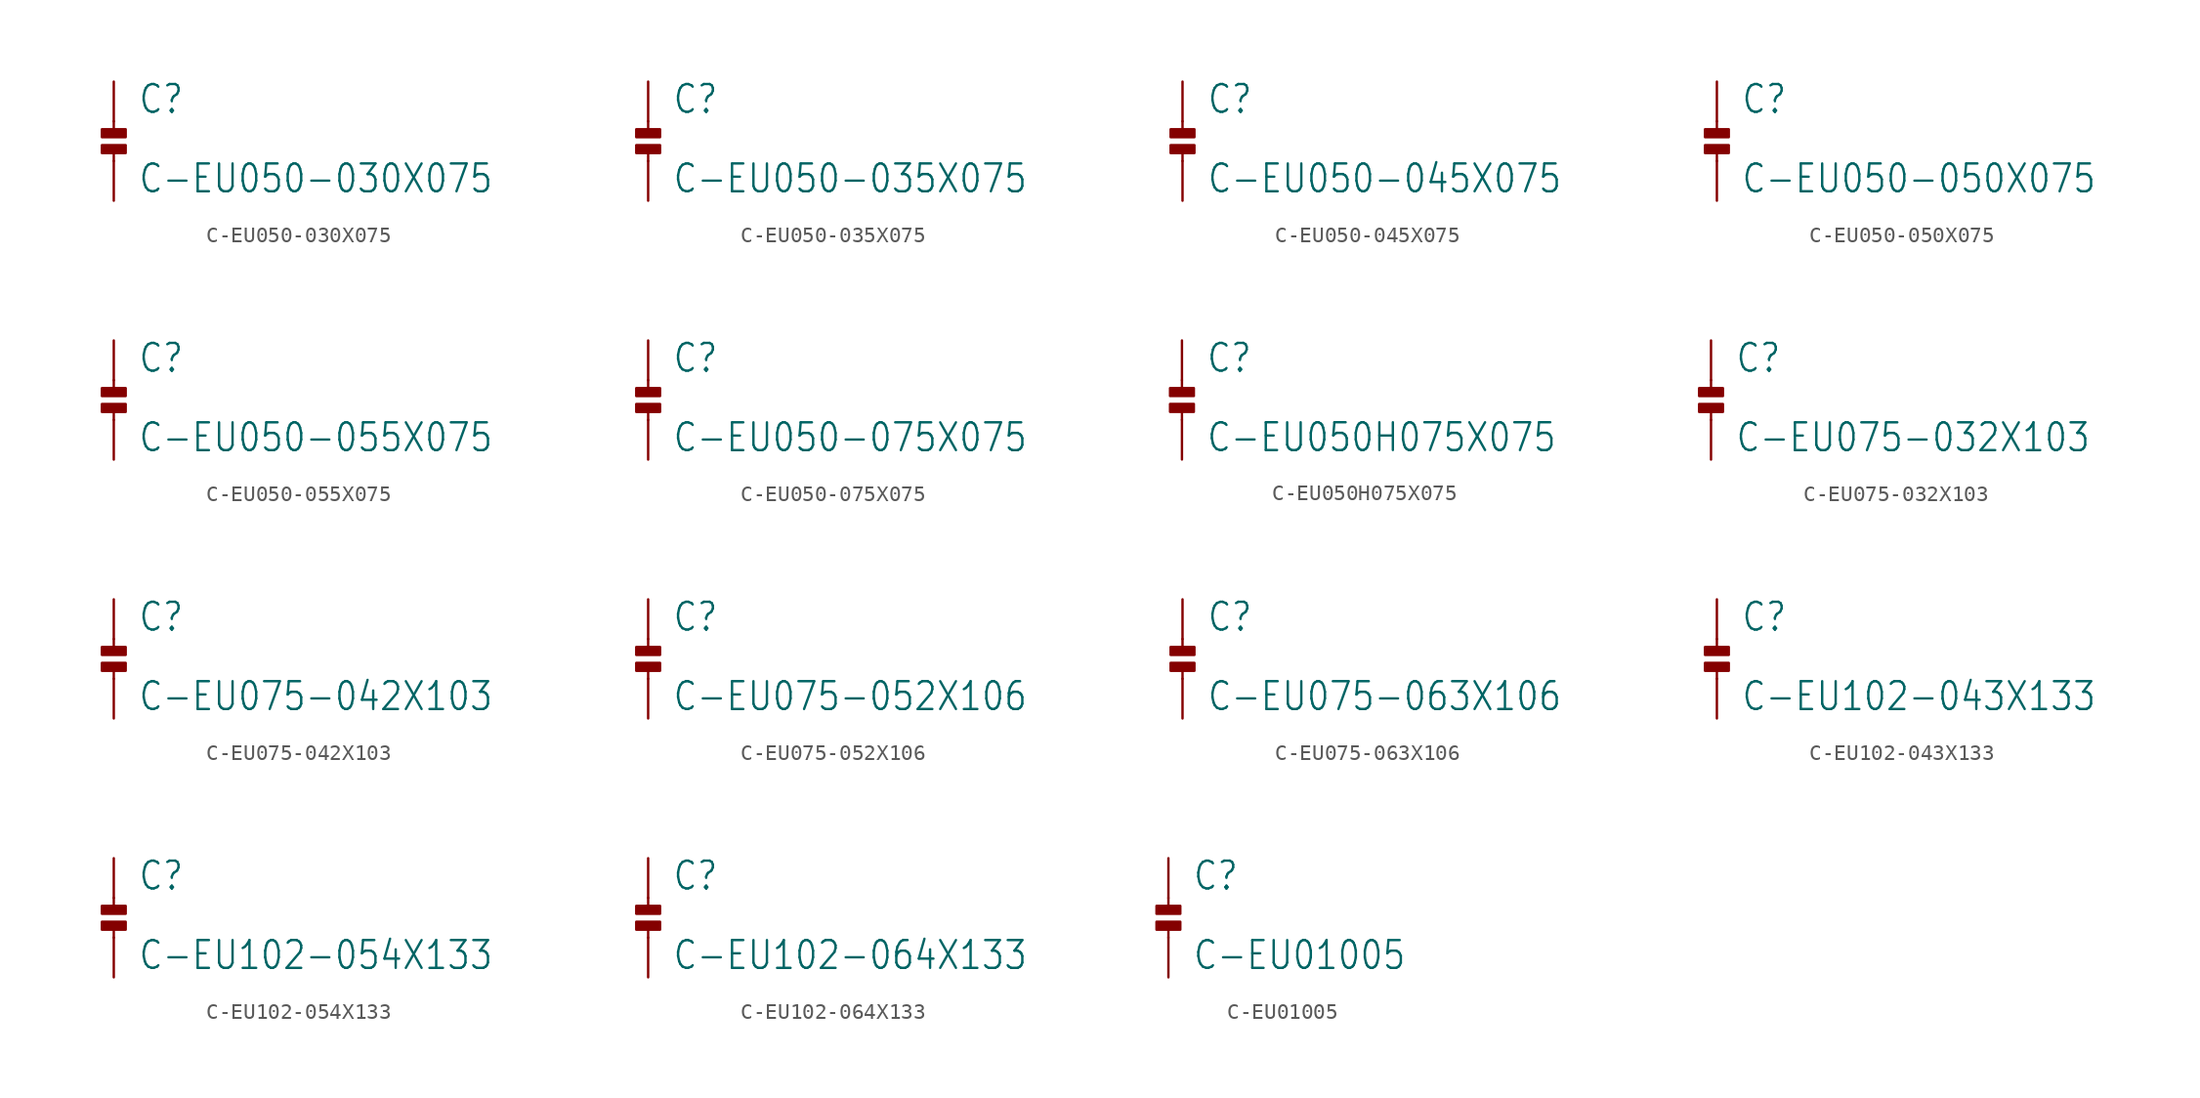
<source format=kicad_sym>
(kicad_symbol_lib
  (version 20211014)
  (generator kicad_symbol_editor)
  (symbol "C-EU050-030X075"
    (property "Reference" "C"
      (at 1.524 0.381 0)
      (effects (font (size 1.778 1.511)) (justify left bottom)))
    (property "Value" "C-EU050-030X075"
      (at 1.524 -4.699 0)
      (effects (font (size 1.778 1.511)) (justify left bottom)))
    (property "ki_locked" ""
      (at 0 0 0)
      (effects (font (size 1.27 1.27))))
    (symbol "C-EU050-030X075_1_0"
      (rectangle (start -0.762 -2.032) (end 0.762 -1.524) (stroke (width 0) (type default) (color 0 0 0 0)) (fill (type outline)))
      (rectangle (start -0.762 -1.016) (end 0.762 -0.508) (stroke (width 0) (type default) (color 0 0 0 0)) (fill (type outline)))
      (polyline (pts (xy 0 -2.54) (xy 0 -2.032)) (stroke (width 0.152) (type default) (color 0 0 0 0)) (fill (type none)))
      (polyline (pts (xy 0 0) (xy 0 -0.508)) (stroke (width 0.152) (type default) (color 0 0 0 0)) (fill (type none)))
      (pin passive line (at 0 2.54 270) (length 2.54) (name "1" (effects (font (size 0 0)))) (number "1" (effects (font (size 0 0)))))
      (pin passive line (at 0 -5.08 90) (length 2.54) (name "2" (effects (font (size 0 0)))) (number "2" (effects (font (size 0 0)))))))
  (symbol "C-EU050-035X075"
    (property "Reference" "C"
      (at 1.524 0.381 0)
      (effects (font (size 1.778 1.511)) (justify left bottom)))
    (property "Value" "C-EU050-035X075"
      (at 1.524 -4.699 0)
      (effects (font (size 1.778 1.511)) (justify left bottom)))
    (property "ki_locked" ""
      (at 0 0 0)
      (effects (font (size 1.27 1.27))))
    (symbol "C-EU050-035X075_1_0"
      (rectangle (start -0.762 -2.032) (end 0.762 -1.524) (stroke (width 0) (type default) (color 0 0 0 0)) (fill (type outline)))
      (rectangle (start -0.762 -1.016) (end 0.762 -0.508) (stroke (width 0) (type default) (color 0 0 0 0)) (fill (type outline)))
      (polyline (pts (xy 0 -2.54) (xy 0 -2.032)) (stroke (width 0.152) (type default) (color 0 0 0 0)) (fill (type none)))
      (polyline (pts (xy 0 0) (xy 0 -0.508)) (stroke (width 0.152) (type default) (color 0 0 0 0)) (fill (type none)))
      (pin passive line (at 0 2.54 270) (length 2.54) (name "1" (effects (font (size 0 0)))) (number "1" (effects (font (size 0 0)))))
      (pin passive line (at 0 -5.08 90) (length 2.54) (name "2" (effects (font (size 0 0)))) (number "2" (effects (font (size 0 0)))))))
  (symbol "C-EU050-045X075"
    (property "Reference" "C"
      (at 1.524 0.381 0)
      (effects (font (size 1.778 1.511)) (justify left bottom)))
    (property "Value" "C-EU050-045X075"
      (at 1.524 -4.699 0)
      (effects (font (size 1.778 1.511)) (justify left bottom)))
    (property "ki_locked" ""
      (at 0 0 0)
      (effects (font (size 1.27 1.27))))
    (symbol "C-EU050-045X075_1_0"
      (rectangle (start -0.762 -2.032) (end 0.762 -1.524) (stroke (width 0) (type default) (color 0 0 0 0)) (fill (type outline)))
      (rectangle (start -0.762 -1.016) (end 0.762 -0.508) (stroke (width 0) (type default) (color 0 0 0 0)) (fill (type outline)))
      (polyline (pts (xy 0 -2.54) (xy 0 -2.032)) (stroke (width 0.152) (type default) (color 0 0 0 0)) (fill (type none)))
      (polyline (pts (xy 0 0) (xy 0 -0.508)) (stroke (width 0.152) (type default) (color 0 0 0 0)) (fill (type none)))
      (pin passive line (at 0 2.54 270) (length 2.54) (name "1" (effects (font (size 0 0)))) (number "1" (effects (font (size 0 0)))))
      (pin passive line (at 0 -5.08 90) (length 2.54) (name "2" (effects (font (size 0 0)))) (number "2" (effects (font (size 0 0)))))))
  (symbol "C-EU050-050X075"
    (property "Reference" "C"
      (at 1.524 0.381 0)
      (effects (font (size 1.778 1.511)) (justify left bottom)))
    (property "Value" "C-EU050-050X075"
      (at 1.524 -4.699 0)
      (effects (font (size 1.778 1.511)) (justify left bottom)))
    (property "ki_locked" ""
      (at 0 0 0)
      (effects (font (size 1.27 1.27))))
    (symbol "C-EU050-050X075_1_0"
      (rectangle (start -0.762 -2.032) (end 0.762 -1.524) (stroke (width 0) (type default) (color 0 0 0 0)) (fill (type outline)))
      (rectangle (start -0.762 -1.016) (end 0.762 -0.508) (stroke (width 0) (type default) (color 0 0 0 0)) (fill (type outline)))
      (polyline (pts (xy 0 -2.54) (xy 0 -2.032)) (stroke (width 0.152) (type default) (color 0 0 0 0)) (fill (type none)))
      (polyline (pts (xy 0 0) (xy 0 -0.508)) (stroke (width 0.152) (type default) (color 0 0 0 0)) (fill (type none)))
      (pin passive line (at 0 2.54 270) (length 2.54) (name "1" (effects (font (size 0 0)))) (number "1" (effects (font (size 0 0)))))
      (pin passive line (at 0 -5.08 90) (length 2.54) (name "2" (effects (font (size 0 0)))) (number "2" (effects (font (size 0 0)))))))
  (symbol "C-EU050-055X075"
    (property "Reference" "C"
      (at 1.524 0.381 0)
      (effects (font (size 1.778 1.511)) (justify left bottom)))
    (property "Value" "C-EU050-055X075"
      (at 1.524 -4.699 0)
      (effects (font (size 1.778 1.511)) (justify left bottom)))
    (property "ki_locked" ""
      (at 0 0 0)
      (effects (font (size 1.27 1.27))))
    (symbol "C-EU050-055X075_1_0"
      (rectangle (start -0.762 -2.032) (end 0.762 -1.524) (stroke (width 0) (type default) (color 0 0 0 0)) (fill (type outline)))
      (rectangle (start -0.762 -1.016) (end 0.762 -0.508) (stroke (width 0) (type default) (color 0 0 0 0)) (fill (type outline)))
      (polyline (pts (xy 0 -2.54) (xy 0 -2.032)) (stroke (width 0.152) (type default) (color 0 0 0 0)) (fill (type none)))
      (polyline (pts (xy 0 0) (xy 0 -0.508)) (stroke (width 0.152) (type default) (color 0 0 0 0)) (fill (type none)))
      (pin passive line (at 0 2.54 270) (length 2.54) (name "1" (effects (font (size 0 0)))) (number "1" (effects (font (size 0 0)))))
      (pin passive line (at 0 -5.08 90) (length 2.54) (name "2" (effects (font (size 0 0)))) (number "2" (effects (font (size 0 0)))))))
  (symbol "C-EU050-075X075"
    (property "Reference" "C"
      (at 1.524 0.381 0)
      (effects (font (size 1.778 1.511)) (justify left bottom)))
    (property "Value" "C-EU050-075X075"
      (at 1.524 -4.699 0)
      (effects (font (size 1.778 1.511)) (justify left bottom)))
    (property "ki_locked" ""
      (at 0 0 0)
      (effects (font (size 1.27 1.27))))
    (symbol "C-EU050-075X075_1_0"
      (rectangle (start -0.762 -2.032) (end 0.762 -1.524) (stroke (width 0) (type default) (color 0 0 0 0)) (fill (type outline)))
      (rectangle (start -0.762 -1.016) (end 0.762 -0.508) (stroke (width 0) (type default) (color 0 0 0 0)) (fill (type outline)))
      (polyline (pts (xy 0 -2.54) (xy 0 -2.032)) (stroke (width 0.152) (type default) (color 0 0 0 0)) (fill (type none)))
      (polyline (pts (xy 0 0) (xy 0 -0.508)) (stroke (width 0.152) (type default) (color 0 0 0 0)) (fill (type none)))
      (pin passive line (at 0 2.54 270) (length 2.54) (name "1" (effects (font (size 0 0)))) (number "1" (effects (font (size 0 0)))))
      (pin passive line (at 0 -5.08 90) (length 2.54) (name "2" (effects (font (size 0 0)))) (number "2" (effects (font (size 0 0)))))))
  (symbol "C-EU050H075X075"
    (property "Reference" "C"
      (at 1.524 0.381 0)
      (effects (font (size 1.778 1.511)) (justify left bottom)))
    (property "Value" "C-EU050H075X075"
      (at 1.524 -4.699 0)
      (effects (font (size 1.778 1.511)) (justify left bottom)))
    (property "ki_locked" ""
      (at 0 0 0)
      (effects (font (size 1.27 1.27))))
    (symbol "C-EU050H075X075_1_0"
      (rectangle (start -0.762 -2.032) (end 0.762 -1.524) (stroke (width 0) (type default) (color 0 0 0 0)) (fill (type outline)))
      (rectangle (start -0.762 -1.016) (end 0.762 -0.508) (stroke (width 0) (type default) (color 0 0 0 0)) (fill (type outline)))
      (polyline (pts (xy 0 -2.54) (xy 0 -2.032)) (stroke (width 0.152) (type default) (color 0 0 0 0)) (fill (type none)))
      (polyline (pts (xy 0 0) (xy 0 -0.508)) (stroke (width 0.152) (type default) (color 0 0 0 0)) (fill (type none)))
      (pin passive line (at 0 2.54 270) (length 2.54) (name "1" (effects (font (size 0 0)))) (number "1" (effects (font (size 0 0)))))
      (pin passive line (at 0 -5.08 90) (length 2.54) (name "2" (effects (font (size 0 0)))) (number "2" (effects (font (size 0 0)))))))
  (symbol "C-EU075-032X103"
    (property "Reference" "C"
      (at 1.524 0.381 0)
      (effects (font (size 1.778 1.511)) (justify left bottom)))
    (property "Value" "C-EU075-032X103"
      (at 1.524 -4.699 0)
      (effects (font (size 1.778 1.511)) (justify left bottom)))
    (property "ki_locked" ""
      (at 0 0 0)
      (effects (font (size 1.27 1.27))))
    (symbol "C-EU075-032X103_1_0"
      (rectangle (start -0.762 -2.032) (end 0.762 -1.524) (stroke (width 0) (type default) (color 0 0 0 0)) (fill (type outline)))
      (rectangle (start -0.762 -1.016) (end 0.762 -0.508) (stroke (width 0) (type default) (color 0 0 0 0)) (fill (type outline)))
      (polyline (pts (xy 0 -2.54) (xy 0 -2.032)) (stroke (width 0.152) (type default) (color 0 0 0 0)) (fill (type none)))
      (polyline (pts (xy 0 0) (xy 0 -0.508)) (stroke (width 0.152) (type default) (color 0 0 0 0)) (fill (type none)))
      (pin passive line (at 0 2.54 270) (length 2.54) (name "1" (effects (font (size 0 0)))) (number "1" (effects (font (size 0 0)))))
      (pin passive line (at 0 -5.08 90) (length 2.54) (name "2" (effects (font (size 0 0)))) (number "2" (effects (font (size 0 0)))))))
  (symbol "C-EU075-042X103"
    (property "Reference" "C"
      (at 1.524 0.381 0)
      (effects (font (size 1.778 1.511)) (justify left bottom)))
    (property "Value" "C-EU075-042X103"
      (at 1.524 -4.699 0)
      (effects (font (size 1.778 1.511)) (justify left bottom)))
    (property "ki_locked" ""
      (at 0 0 0)
      (effects (font (size 1.27 1.27))))
    (symbol "C-EU075-042X103_1_0"
      (rectangle (start -0.762 -2.032) (end 0.762 -1.524) (stroke (width 0) (type default) (color 0 0 0 0)) (fill (type outline)))
      (rectangle (start -0.762 -1.016) (end 0.762 -0.508) (stroke (width 0) (type default) (color 0 0 0 0)) (fill (type outline)))
      (polyline (pts (xy 0 -2.54) (xy 0 -2.032)) (stroke (width 0.152) (type default) (color 0 0 0 0)) (fill (type none)))
      (polyline (pts (xy 0 0) (xy 0 -0.508)) (stroke (width 0.152) (type default) (color 0 0 0 0)) (fill (type none)))
      (pin passive line (at 0 2.54 270) (length 2.54) (name "1" (effects (font (size 0 0)))) (number "1" (effects (font (size 0 0)))))
      (pin passive line (at 0 -5.08 90) (length 2.54) (name "2" (effects (font (size 0 0)))) (number "2" (effects (font (size 0 0)))))))
  (symbol "C-EU075-052X106"
    (property "Reference" "C"
      (at 1.524 0.381 0)
      (effects (font (size 1.778 1.511)) (justify left bottom)))
    (property "Value" "C-EU075-052X106"
      (at 1.524 -4.699 0)
      (effects (font (size 1.778 1.511)) (justify left bottom)))
    (property "ki_locked" ""
      (at 0 0 0)
      (effects (font (size 1.27 1.27))))
    (symbol "C-EU075-052X106_1_0"
      (rectangle (start -0.762 -2.032) (end 0.762 -1.524) (stroke (width 0) (type default) (color 0 0 0 0)) (fill (type outline)))
      (rectangle (start -0.762 -1.016) (end 0.762 -0.508) (stroke (width 0) (type default) (color 0 0 0 0)) (fill (type outline)))
      (polyline (pts (xy 0 -2.54) (xy 0 -2.032)) (stroke (width 0.152) (type default) (color 0 0 0 0)) (fill (type none)))
      (polyline (pts (xy 0 0) (xy 0 -0.508)) (stroke (width 0.152) (type default) (color 0 0 0 0)) (fill (type none)))
      (pin passive line (at 0 2.54 270) (length 2.54) (name "1" (effects (font (size 0 0)))) (number "1" (effects (font (size 0 0)))))
      (pin passive line (at 0 -5.08 90) (length 2.54) (name "2" (effects (font (size 0 0)))) (number "2" (effects (font (size 0 0)))))))
  (symbol "C-EU075-063X106"
    (property "Reference" "C"
      (at 1.524 0.381 0)
      (effects (font (size 1.778 1.511)) (justify left bottom)))
    (property "Value" "C-EU075-063X106"
      (at 1.524 -4.699 0)
      (effects (font (size 1.778 1.511)) (justify left bottom)))
    (property "ki_locked" ""
      (at 0 0 0)
      (effects (font (size 1.27 1.27))))
    (symbol "C-EU075-063X106_1_0"
      (rectangle (start -0.762 -2.032) (end 0.762 -1.524) (stroke (width 0) (type default) (color 0 0 0 0)) (fill (type outline)))
      (rectangle (start -0.762 -1.016) (end 0.762 -0.508) (stroke (width 0) (type default) (color 0 0 0 0)) (fill (type outline)))
      (polyline (pts (xy 0 -2.54) (xy 0 -2.032)) (stroke (width 0.152) (type default) (color 0 0 0 0)) (fill (type none)))
      (polyline (pts (xy 0 0) (xy 0 -0.508)) (stroke (width 0.152) (type default) (color 0 0 0 0)) (fill (type none)))
      (pin passive line (at 0 2.54 270) (length 2.54) (name "1" (effects (font (size 0 0)))) (number "1" (effects (font (size 0 0)))))
      (pin passive line (at 0 -5.08 90) (length 2.54) (name "2" (effects (font (size 0 0)))) (number "2" (effects (font (size 0 0)))))))
  (symbol "C-EU102-043X133"
    (property "Reference" "C"
      (at 1.524 0.381 0)
      (effects (font (size 1.778 1.511)) (justify left bottom)))
    (property "Value" "C-EU102-043X133"
      (at 1.524 -4.699 0)
      (effects (font (size 1.778 1.511)) (justify left bottom)))
    (property "ki_locked" ""
      (at 0 0 0)
      (effects (font (size 1.27 1.27))))
    (symbol "C-EU102-043X133_1_0"
      (rectangle (start -0.762 -2.032) (end 0.762 -1.524) (stroke (width 0) (type default) (color 0 0 0 0)) (fill (type outline)))
      (rectangle (start -0.762 -1.016) (end 0.762 -0.508) (stroke (width 0) (type default) (color 0 0 0 0)) (fill (type outline)))
      (polyline (pts (xy 0 -2.54) (xy 0 -2.032)) (stroke (width 0.152) (type default) (color 0 0 0 0)) (fill (type none)))
      (polyline (pts (xy 0 0) (xy 0 -0.508)) (stroke (width 0.152) (type default) (color 0 0 0 0)) (fill (type none)))
      (pin passive line (at 0 2.54 270) (length 2.54) (name "1" (effects (font (size 0 0)))) (number "1" (effects (font (size 0 0)))))
      (pin passive line (at 0 -5.08 90) (length 2.54) (name "2" (effects (font (size 0 0)))) (number "2" (effects (font (size 0 0)))))))
  (symbol "C-EU102-054X133"
    (property "Reference" "C"
      (at 1.524 0.381 0)
      (effects (font (size 1.778 1.511)) (justify left bottom)))
    (property "Value" "C-EU102-054X133"
      (at 1.524 -4.699 0)
      (effects (font (size 1.778 1.511)) (justify left bottom)))
    (property "ki_locked" ""
      (at 0 0 0)
      (effects (font (size 1.27 1.27))))
    (symbol "C-EU102-054X133_1_0"
      (rectangle (start -0.762 -2.032) (end 0.762 -1.524) (stroke (width 0) (type default) (color 0 0 0 0)) (fill (type outline)))
      (rectangle (start -0.762 -1.016) (end 0.762 -0.508) (stroke (width 0) (type default) (color 0 0 0 0)) (fill (type outline)))
      (polyline (pts (xy 0 -2.54) (xy 0 -2.032)) (stroke (width 0.152) (type default) (color 0 0 0 0)) (fill (type none)))
      (polyline (pts (xy 0 0) (xy 0 -0.508)) (stroke (width 0.152) (type default) (color 0 0 0 0)) (fill (type none)))
      (pin passive line (at 0 2.54 270) (length 2.54) (name "1" (effects (font (size 0 0)))) (number "1" (effects (font (size 0 0)))))
      (pin passive line (at 0 -5.08 90) (length 2.54) (name "2" (effects (font (size 0 0)))) (number "2" (effects (font (size 0 0)))))))
  (symbol "C-EU102-064X133"
    (property "Reference" "C"
      (at 1.524 0.381 0)
      (effects (font (size 1.778 1.511)) (justify left bottom)))
    (property "Value" "C-EU102-064X133"
      (at 1.524 -4.699 0)
      (effects (font (size 1.778 1.511)) (justify left bottom)))
    (property "ki_locked" ""
      (at 0 0 0)
      (effects (font (size 1.27 1.27))))
    (symbol "C-EU102-064X133_1_0"
      (rectangle (start -0.762 -2.032) (end 0.762 -1.524) (stroke (width 0) (type default) (color 0 0 0 0)) (fill (type outline)))
      (rectangle (start -0.762 -1.016) (end 0.762 -0.508) (stroke (width 0) (type default) (color 0 0 0 0)) (fill (type outline)))
      (polyline (pts (xy 0 -2.54) (xy 0 -2.032)) (stroke (width 0.152) (type default) (color 0 0 0 0)) (fill (type none)))
      (polyline (pts (xy 0 0) (xy 0 -0.508)) (stroke (width 0.152) (type default) (color 0 0 0 0)) (fill (type none)))
      (pin passive line (at 0 2.54 270) (length 2.54) (name "1" (effects (font (size 0 0)))) (number "1" (effects (font (size 0 0)))))
      (pin passive line (at 0 -5.08 90) (length 2.54) (name "2" (effects (font (size 0 0)))) (number "2" (effects (font (size 0 0)))))))
  (symbol "C-EU01005"
    (property "Reference" "C"
      (at 1.524 0.381 0)
      (effects (font (size 1.778 1.511)) (justify left bottom)))
    (property "Value" "C-EU01005"
      (at 1.524 -4.699 0)
      (effects (font (size 1.778 1.511)) (justify left bottom)))
    (property "ki_locked" ""
      (at 0 0 0)
      (effects (font (size 1.27 1.27))))
    (symbol "C-EU01005_1_0"
      (rectangle (start -0.762 -2.032) (end 0.762 -1.524) (stroke (width 0) (type default) (color 0 0 0 0)) (fill (type outline)))
      (rectangle (start -0.762 -1.016) (end 0.762 -0.508) (stroke (width 0) (type default) (color 0 0 0 0)) (fill (type outline)))
      (polyline (pts (xy 0 -2.54) (xy 0 -2.032)) (stroke (width 0.152) (type default) (color 0 0 0 0)) (fill (type none)))
      (polyline (pts (xy 0 0) (xy 0 -0.508)) (stroke (width 0.152) (type default) (color 0 0 0 0)) (fill (type none)))
      (pin passive line (at 0 2.54 270) (length 2.54) (name "1" (effects (font (size 0 0)))) (number "1" (effects (font (size 0 0)))))
      (pin passive line (at 0 -5.08 90) (length 2.54) (name "2" (effects (font (size 0 0)))) (number "2" (effects (font (size 0 0))))))))
</source>
